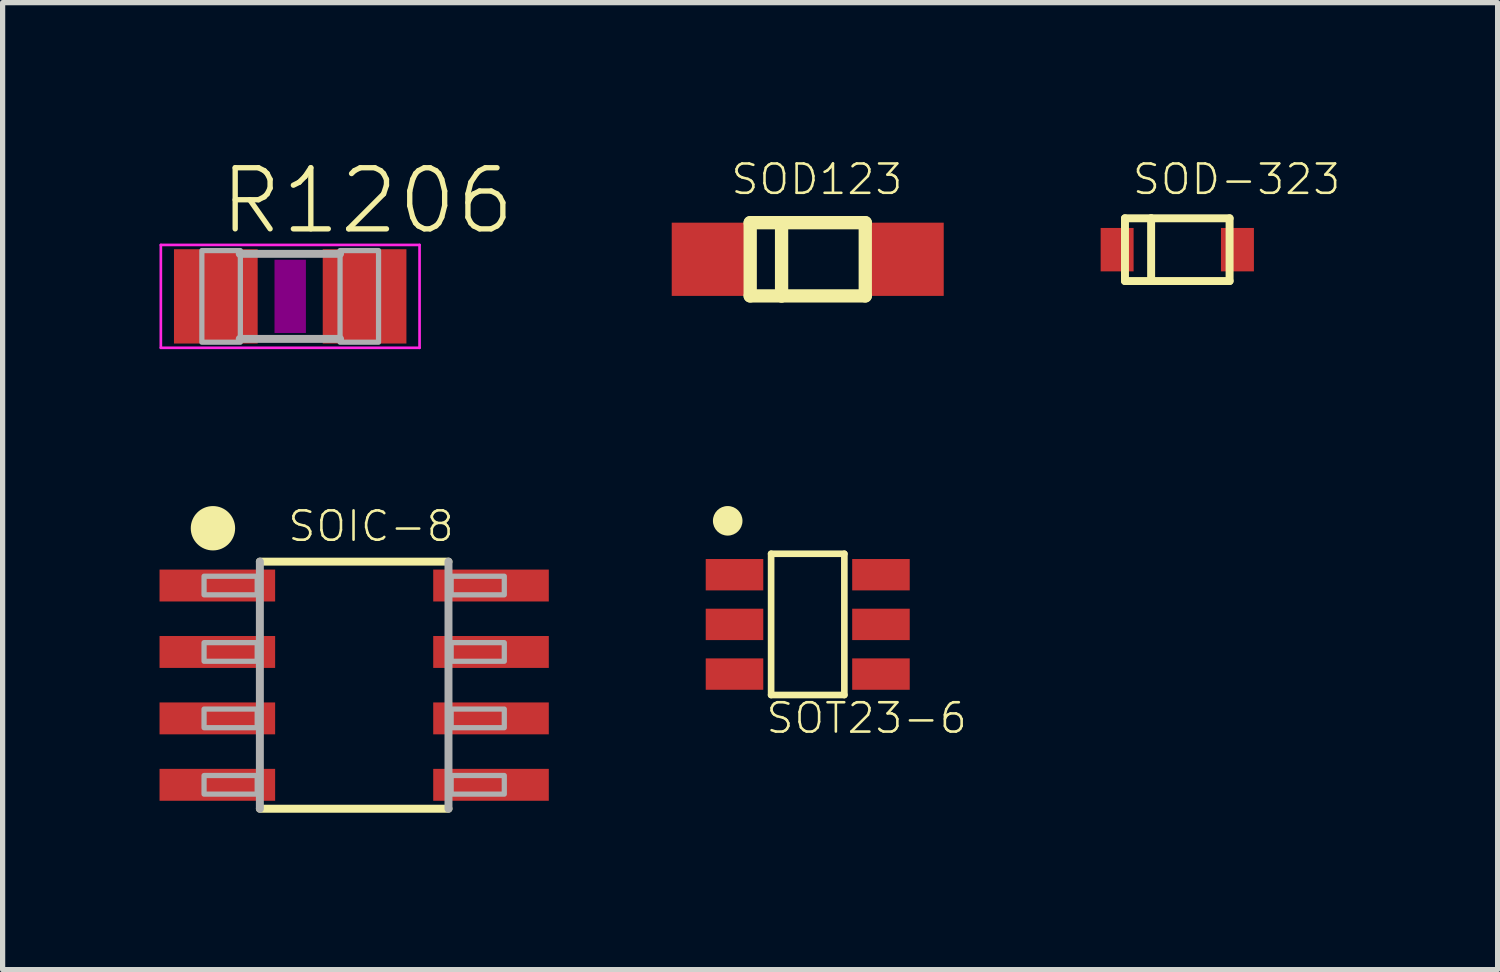
<source format=kicad_pcb>
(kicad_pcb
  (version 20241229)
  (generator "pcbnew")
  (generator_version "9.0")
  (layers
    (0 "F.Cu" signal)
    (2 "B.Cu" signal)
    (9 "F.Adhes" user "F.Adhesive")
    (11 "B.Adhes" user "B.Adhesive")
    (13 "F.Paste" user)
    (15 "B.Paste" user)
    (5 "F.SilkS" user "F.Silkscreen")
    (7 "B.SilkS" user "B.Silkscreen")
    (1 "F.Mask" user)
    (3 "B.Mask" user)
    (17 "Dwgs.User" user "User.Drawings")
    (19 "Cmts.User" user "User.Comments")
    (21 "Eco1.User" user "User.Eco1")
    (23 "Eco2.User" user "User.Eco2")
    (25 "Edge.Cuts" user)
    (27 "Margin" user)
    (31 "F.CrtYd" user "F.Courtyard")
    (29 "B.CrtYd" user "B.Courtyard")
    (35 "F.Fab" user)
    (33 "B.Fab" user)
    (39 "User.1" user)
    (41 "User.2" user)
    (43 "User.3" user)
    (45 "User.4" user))
  (footprint "SOT23-6"
    (layer "F.Cu")
    (at 12.362 8.907)
    (property "Reference" "SOT23-6" (at -0.8 2.1 0) (unlocked yes) (layer "F.SilkS") (effects (font (size 0.561 0.561) (thickness 0.049)) (justify left bottom)))
    (fp_line (start -0.67 -1.37) (end 0.73 -1.37) (stroke (width 0.127) (type solid)) (layer "F.SilkS"))
    (fp_line (start -0.67 1.33) (end -0.67 -1.37) (stroke (width 0.127) (type solid)) (layer "F.SilkS"))
    (fp_line (start 0.73 -1.37) (end 0.73 1.33) (stroke (width 0.127) (type solid)) (layer "F.SilkS"))
    (fp_line (start 0.73 1.33) (end -0.67 1.33) (stroke (width 0.127) (type solid)) (layer "F.SilkS"))
    (fp_circle (center -1.5 -2) (end -1.359 -2) (stroke (width 0.283) (type solid)) (fill yes) (layer "F.SilkS"))
    (pad "1" smd rect (at -1.37 -0.97) (size 1.1 0.6) (layers "F.Cu" "F.Mask" "F.Paste"))
    (pad "2" smd rect (at -1.37 -0.02) (size 1.1 0.6) (layers "F.Cu" "F.Mask" "F.Paste"))
    (pad "3" smd rect (at -1.37 0.93) (size 1.1 0.6) (layers "F.Cu" "F.Mask" "F.Paste"))
    (pad "4" smd rect (at 1.43 0.93) (size 1.1 0.6) (layers "F.Cu" "F.Mask" "F.Paste"))
    (pad "5" smd rect (at 1.43 -0.02) (size 1.1 0.6) (layers "F.Cu" "F.Mask" "F.Paste"))
    (pad "6" smd rect (at 1.43 -0.97) (size 1.1 0.6) (layers "F.Cu" "F.Mask" "F.Paste")))
  (footprint "SOD-323"
    (layer "F.Cu")
    (at 19.457 1.723)
    (property "Reference" "SOD-323" (at -0.889 -1.016 0) (unlocked yes) (layer "F.SilkS") (effects (font (size 0.561 0.561) (thickness 0.049)) (justify left bottom)))
    (fp_line (start -1 -0.6) (end -1 0.6) (stroke (width 0.152) (type solid)) (layer "F.SilkS"))
    (fp_line (start -1 0.6) (end -0.5 0.6) (stroke (width 0.152) (type solid)) (layer "F.SilkS"))
    (fp_line (start -0.5 -0.6) (end -1 -0.6) (stroke (width 0.152) (type solid)) (layer "F.SilkS"))
    (fp_line (start -0.5 0.6) (end -0.5 -0.6) (stroke (width 0.152) (type solid)) (layer "F.SilkS"))
    (fp_line (start -0.5 0.6) (end 1 0.6) (stroke (width 0.152) (type solid)) (layer "F.SilkS"))
    (fp_line (start 1 -0.6) (end -0.5 -0.6) (stroke (width 0.152) (type solid)) (layer "F.SilkS"))
    (fp_line (start 1 0.6) (end 1 -0.6) (stroke (width 0.152) (type solid)) (layer "F.SilkS"))
    (pad "A" smd rect (at 1.15 0) (size 0.63 0.83) (layers "F.Cu" "F.Mask" "F.Paste"))
    (pad "C" smd rect (at -1.15 0) (size 0.63 0.83) (layers "F.Cu" "F.Mask" "F.Paste")))
  (footprint "SOD123"
    (layer "F.Cu")
    (at 12.392 1.907)
    (property "Reference" "SOD123" (at -1.5 -1.2 0) (unlocked yes) (layer "F.SilkS") (effects (font (size 0.561 0.561) (thickness 0.049)) (justify left bottom)))
    (fp_line (start -1.1 -0.7) (end -0.5 -0.7) (stroke (width 0.254) (type solid)) (layer "F.SilkS"))
    (fp_line (start -1.1 0.7) (end -1.1 -0.7) (stroke (width 0.254) (type solid)) (layer "F.SilkS"))
    (fp_line (start -0.5 -0.7) (end -0.5 0.7) (stroke (width 0.254) (type solid)) (layer "F.SilkS"))
    (fp_line (start -0.5 -0.7) (end 1.1 -0.7) (stroke (width 0.254) (type solid)) (layer "F.SilkS"))
    (fp_line (start -0.5 0.7) (end -1.1 0.7) (stroke (width 0.254) (type solid)) (layer "F.SilkS"))
    (fp_line (start 1.1 -0.7) (end 1.1 0.7) (stroke (width 0.254) (type solid)) (layer "F.SilkS"))
    (fp_line (start 1.1 0.7) (end -0.5 0.7) (stroke (width 0.254) (type solid)) (layer "F.SilkS"))
    (pad "A" smd rect (at 1.9 0) (size 1.4 1.4) (layers "F.Cu" "F.Mask" "F.Paste"))
    (pad "C" smd rect (at -1.9 0) (size 1.4 1.4) (layers "F.Cu" "F.Mask" "F.Paste")))
  (footprint "SOIC-8"
    (layer "F.Cu")
    (at 3.721 10.049)
    (property "Reference" "SOIC-8" (at -1.3 -2.71 0) (unlocked yes) (layer "F.SilkS") (effects (font (size 0.561 0.561) (thickness 0.049)) (justify left bottom)))
    (fp_line (start -1.803 2.362) (end 1.803 2.362) (stroke (width 0.152) (type solid)) (layer "F.SilkS"))
    (fp_line (start 1.803 -2.362) (end -1.803 -2.362) (stroke (width 0.152) (type solid)) (layer "F.SilkS"))
    (fp_circle (center -2.7 -3) (end -2.488 -3) (stroke (width 0.424) (type solid)) (fill yes) (layer "F.SilkS"))
    (fp_line (start -1.803 -2.362) (end -1.803 2.362) (stroke (width 0.152) (type solid)) (layer "F.Fab"))
    (fp_line (start 1.803 2.362) (end 1.803 -2.362) (stroke (width 0.152) (type solid)) (layer "F.Fab"))
    (fp_poly (pts (xy -2.87 -2.083) (xy -2.87 -1.727) (xy -1.854 -1.727) (xy -1.854 -2.083)) (stroke (width 0.1) (type default)) (fill no) (layer "F.Fab"))
    (fp_poly (pts (xy -2.87 -0.813) (xy -2.87 -0.457) (xy -1.854 -0.457) (xy -1.854 -0.813)) (stroke (width 0.1) (type default)) (fill no) (layer "F.Fab"))
    (fp_poly (pts (xy -2.87 0.457) (xy -2.87 0.813) (xy -1.854 0.813) (xy -1.854 0.457)) (stroke (width 0.1) (type default)) (fill no) (layer "F.Fab"))
    (fp_poly (pts (xy -2.87 1.727) (xy -2.87 2.083) (xy -1.854 2.083) (xy -1.854 1.727)) (stroke (width 0.1) (type default)) (fill no) (layer "F.Fab"))
    (fp_poly (pts (xy 1.854 -2.083) (xy 1.854 -1.727) (xy 2.87 -1.727) (xy 2.87 -2.083)) (stroke (width 0.1) (type default)) (fill no) (layer "F.Fab"))
    (fp_poly (pts (xy 1.854 -0.813) (xy 1.854 -0.457) (xy 2.87 -0.457) (xy 2.87 -0.813)) (stroke (width 0.1) (type default)) (fill no) (layer "F.Fab"))
    (fp_poly (pts (xy 1.854 0.457) (xy 1.854 0.813) (xy 2.87 0.813) (xy 2.87 0.457)) (stroke (width 0.1) (type default)) (fill no) (layer "F.Fab"))
    (fp_poly (pts (xy 1.854 1.727) (xy 1.854 2.083) (xy 2.87 2.083) (xy 2.87 1.727)) (stroke (width 0.1) (type default)) (fill no) (layer "F.Fab"))
    (pad "1" smd rect (at -2.616 -1.905 270) (size 0.61 2.21) (layers "F.Cu" "F.Mask" "F.Paste"))
    (pad "2" smd rect (at -2.616 -0.635 270) (size 0.61 2.21) (layers "F.Cu" "F.Mask" "F.Paste"))
    (pad "3" smd rect (at -2.616 0.635 270) (size 0.61 2.21) (layers "F.Cu" "F.Mask" "F.Paste"))
    (pad "4" smd rect (at -2.616 1.905 270) (size 0.61 2.21) (layers "F.Cu" "F.Mask" "F.Paste"))
    (pad "5" smd rect (at 2.616 1.905 270) (size 0.61 2.21) (layers "F.Cu" "F.Mask" "F.Paste"))
    (pad "6" smd rect (at 2.616 0.635 270) (size 0.61 2.21) (layers "F.Cu" "F.Mask" "F.Paste"))
    (pad "7" smd rect (at 2.616 -0.635 270) (size 0.61 2.21) (layers "F.Cu" "F.Mask" "F.Paste"))
    (pad "8" smd rect (at 2.616 -1.905 270) (size 0.61 2.21) (layers "F.Cu" "F.Mask" "F.Paste")))
  (footprint "R1206"
    (layer "F.Cu")
    (at 2.498 2.616)
    (property "Reference" "R1206" (at -1.397 -1.143 0) (unlocked yes) (layer "F.SilkS") (effects (font (size 1.168 1.168) (thickness 0.102)) (justify left bottom)))
    (fp_poly (pts (xy -0.3 0.7) (xy 0.3 0.7) (xy 0.3 -0.7) (xy -0.3 -0.7)) (stroke (width 0) (type default)) (fill yes) (layer "F.Adhes"))
    (fp_line (start -2.473 -0.983) (end 2.473 -0.983) (stroke (width 0.051) (type solid)) (layer "F.CrtYd"))
    (fp_line (start -2.473 0.983) (end -2.473 -0.983) (stroke (width 0.051) (type solid)) (layer "F.CrtYd"))
    (fp_line (start 2.473 -0.983) (end 2.473 0.983) (stroke (width 0.051) (type solid)) (layer "F.CrtYd"))
    (fp_line (start 2.473 0.983) (end -2.473 0.983) (stroke (width 0.051) (type solid)) (layer "F.CrtYd"))
    (fp_line (start 0.953 -0.813) (end -0.965 -0.813) (stroke (width 0.152) (type solid)) (layer "F.Fab"))
    (fp_line (start 0.953 0.813) (end -0.965 0.813) (stroke (width 0.152) (type solid)) (layer "F.Fab"))
    (fp_poly (pts (xy -1.689 0.876) (xy -0.953 0.876) (xy -0.953 -0.876) (xy -1.689 -0.876)) (stroke (width 0.1) (type default)) (fill no) (layer "F.Fab"))
    (fp_poly (pts (xy 0.953 0.876) (xy 1.689 0.876) (xy 1.689 -0.876) (xy 0.953 -0.876)) (stroke (width 0.1) (type default)) (fill no) (layer "F.Fab"))
    (pad "1" smd rect (at -1.422 0) (size 1.6 1.803) (layers "F.Cu" "F.Mask" "F.Paste"))
    (pad "2" smd rect (at 1.422 0) (size 1.6 1.803) (layers "F.Cu" "F.Mask" "F.Paste")))
  (gr_rect
    (start -3 -3)
    (end 25.581 15.487)
    (stroke (width 0.1) (type default))
    (fill no)
    (layer "Edge.Cuts")))
</source>
